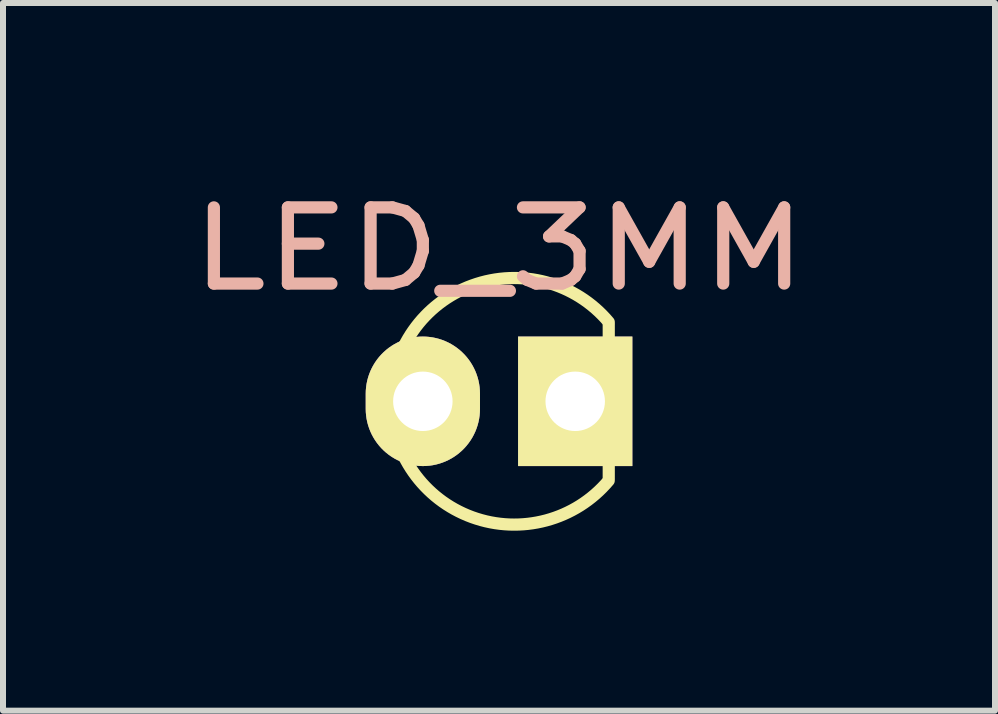
<source format=kicad_pcb>
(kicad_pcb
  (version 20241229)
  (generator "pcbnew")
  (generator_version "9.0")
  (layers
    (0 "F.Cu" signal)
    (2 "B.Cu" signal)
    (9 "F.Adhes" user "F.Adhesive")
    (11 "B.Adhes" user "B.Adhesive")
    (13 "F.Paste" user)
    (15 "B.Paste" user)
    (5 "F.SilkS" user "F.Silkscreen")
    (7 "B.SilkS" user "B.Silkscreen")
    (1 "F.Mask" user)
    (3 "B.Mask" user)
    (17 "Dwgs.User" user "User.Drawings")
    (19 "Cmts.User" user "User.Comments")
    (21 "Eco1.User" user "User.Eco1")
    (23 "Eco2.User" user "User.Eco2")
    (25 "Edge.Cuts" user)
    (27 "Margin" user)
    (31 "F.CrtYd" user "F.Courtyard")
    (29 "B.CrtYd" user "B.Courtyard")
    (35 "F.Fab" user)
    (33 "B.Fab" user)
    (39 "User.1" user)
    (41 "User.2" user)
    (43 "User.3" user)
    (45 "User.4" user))
  (footprint "LED_3MM"
    (layer "F.Cu")
    (at 5.269 3.64)
    (property "Reference" "LED_3MM" (at 0 -2.54 0) (layer "B.SilkS") (effects (font (size 1.27 1.524) (thickness 0.203))))
    (attr through_hole)
    (fp_line (start 1.829 1.27) (end 1.829 -1.27) (stroke (width 0.203) (type solid)) (layer "F.SilkS"))
    (fp_arc (start 1.828195 1.321521) (mid -1.801361 -0.000471) (end 1.8288 -1.3208) (stroke (width 0.2032) (type solid)) (layer "F.SilkS"))
    (pad "1" thru_hole oval (at -1.27 0) (size 1.905 2.159) (drill 0.991) (layers "*.Cu" "F.Mask" "F.SilkS" "F.Paste"))
    (pad "2" thru_hole rect (at 1.27 0) (size 1.905 2.159) (drill 0.991) (layers "*.Cu" "F.Mask" "F.SilkS" "F.Paste")))
  (gr_rect
    (start -3 -3)
    (end 13.537 8.797)
    (stroke (width 0.1) (type default))
    (fill no)
    (layer "Edge.Cuts")))
</source>
